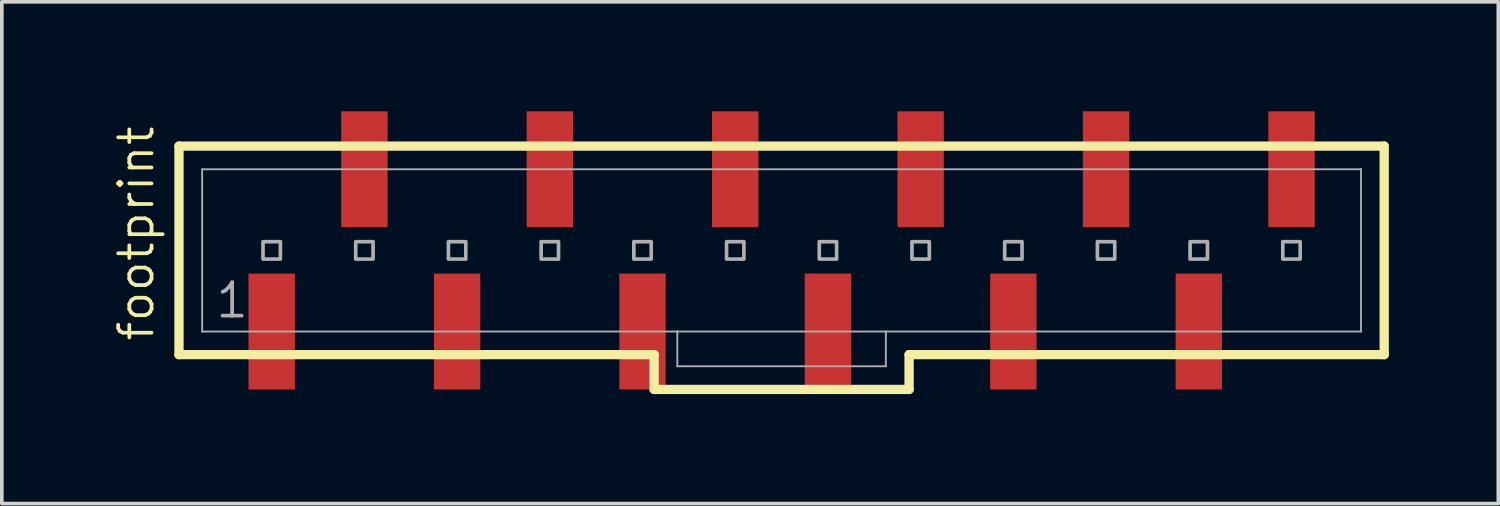
<source format=kicad_pcb>
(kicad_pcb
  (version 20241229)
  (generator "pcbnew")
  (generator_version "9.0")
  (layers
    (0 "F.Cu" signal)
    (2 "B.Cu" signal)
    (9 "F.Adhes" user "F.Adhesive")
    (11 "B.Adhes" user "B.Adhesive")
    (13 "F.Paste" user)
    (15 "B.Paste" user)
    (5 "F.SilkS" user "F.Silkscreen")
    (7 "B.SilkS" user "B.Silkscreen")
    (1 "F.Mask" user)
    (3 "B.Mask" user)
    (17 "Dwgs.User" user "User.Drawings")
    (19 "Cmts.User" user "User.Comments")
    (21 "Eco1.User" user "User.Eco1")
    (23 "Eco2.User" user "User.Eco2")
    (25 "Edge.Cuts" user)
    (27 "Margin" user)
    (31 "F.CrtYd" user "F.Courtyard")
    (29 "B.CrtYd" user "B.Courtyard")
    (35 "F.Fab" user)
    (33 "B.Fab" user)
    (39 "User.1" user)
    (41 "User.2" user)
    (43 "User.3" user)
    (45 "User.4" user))
  (footprint "footprint"
    (layer "F.Cu")
    (at 18.364 3.81)
    (property "Reference" "footprint" (at -17.145 2.54 90) (layer "F.SilkS") (effects (font (size 0.914 0.914) (thickness 0.102)) (justify left bottom)))
    (fp_line (start -16.51 -2.857) (end -16.51 2.857) (stroke (width 0.254) (type solid)) (layer "F.SilkS"))
    (fp_line (start -16.51 2.857) (end -3.493 2.857) (stroke (width 0.254) (type solid)) (layer "F.SilkS"))
    (fp_line (start -3.493 2.857) (end -3.493 3.81) (stroke (width 0.254) (type solid)) (layer "F.SilkS"))
    (fp_line (start -3.493 3.81) (end 3.493 3.81) (stroke (width 0.254) (type solid)) (layer "F.SilkS"))
    (fp_line (start 3.493 2.857) (end 16.51 2.857) (stroke (width 0.254) (type solid)) (layer "F.SilkS"))
    (fp_line (start 3.493 3.81) (end 3.493 2.857) (stroke (width 0.254) (type solid)) (layer "F.SilkS"))
    (fp_line (start 16.51 -2.857) (end -16.51 -2.857) (stroke (width 0.254) (type solid)) (layer "F.SilkS"))
    (fp_line (start 16.51 2.857) (end 16.51 -2.857) (stroke (width 0.254) (type solid)) (layer "F.SilkS"))
    (fp_line (start -15.875 -2.223) (end -15.875 2.223) (stroke (width 0.051) (type solid)) (layer "F.Fab"))
    (fp_line (start -15.875 -2.223) (end 15.875 -2.223) (stroke (width 0.051) (type solid)) (layer "F.Fab"))
    (fp_line (start -15.875 2.223) (end -2.857 2.223) (stroke (width 0.051) (type solid)) (layer "F.Fab"))
    (fp_line (start -2.857 2.223) (end -2.857 3.175) (stroke (width 0.051) (type solid)) (layer "F.Fab"))
    (fp_line (start -2.857 2.223) (end 2.857 2.223) (stroke (width 0.051) (type solid)) (layer "F.Fab"))
    (fp_line (start 2.857 2.223) (end 2.857 3.175) (stroke (width 0.051) (type solid)) (layer "F.Fab"))
    (fp_line (start 2.857 2.223) (end 15.875 2.223) (stroke (width 0.051) (type solid)) (layer "F.Fab"))
    (fp_line (start 2.857 3.175) (end -2.857 3.175) (stroke (width 0.051) (type solid)) (layer "F.Fab"))
    (fp_line (start 15.875 -2.223) (end 15.875 2.223) (stroke (width 0.051) (type solid)) (layer "F.Fab"))
    (fp_poly (pts (xy -14.208 0.238) (xy -13.732 0.238) (xy -13.732 -0.238) (xy -14.208 -0.238)) (stroke (width 0.1) (type solid)) (fill no) (layer "F.Fab"))
    (fp_poly (pts (xy -11.668 0.238) (xy -11.192 0.238) (xy -11.192 -0.238) (xy -11.668 -0.238)) (stroke (width 0.1) (type solid)) (fill no) (layer "F.Fab"))
    (fp_poly (pts (xy -9.128 0.238) (xy -8.652 0.238) (xy -8.652 -0.238) (xy -9.128 -0.238)) (stroke (width 0.1) (type solid)) (fill no) (layer "F.Fab"))
    (fp_poly (pts (xy -6.588 0.238) (xy -6.112 0.238) (xy -6.112 -0.238) (xy -6.588 -0.238)) (stroke (width 0.1) (type solid)) (fill no) (layer "F.Fab"))
    (fp_poly (pts (xy -4.048 0.238) (xy -3.572 0.238) (xy -3.572 -0.238) (xy -4.048 -0.238)) (stroke (width 0.1) (type solid)) (fill no) (layer "F.Fab"))
    (fp_poly (pts (xy -1.508 0.238) (xy -1.032 0.238) (xy -1.032 -0.238) (xy -1.508 -0.238)) (stroke (width 0.1) (type solid)) (fill no) (layer "F.Fab"))
    (fp_poly (pts (xy 1.032 0.238) (xy 1.508 0.238) (xy 1.508 -0.238) (xy 1.032 -0.238)) (stroke (width 0.1) (type solid)) (fill no) (layer "F.Fab"))
    (fp_poly (pts (xy 3.572 0.238) (xy 4.048 0.238) (xy 4.048 -0.238) (xy 3.572 -0.238)) (stroke (width 0.1) (type solid)) (fill no) (layer "F.Fab"))
    (fp_poly (pts (xy 6.112 0.238) (xy 6.588 0.238) (xy 6.588 -0.238) (xy 6.112 -0.238)) (stroke (width 0.1) (type solid)) (fill no) (layer "F.Fab"))
    (fp_poly (pts (xy 8.652 0.238) (xy 9.128 0.238) (xy 9.128 -0.238) (xy 8.652 -0.238)) (stroke (width 0.1) (type solid)) (fill no) (layer "F.Fab"))
    (fp_poly (pts (xy 11.192 0.238) (xy 11.668 0.238) (xy 11.668 -0.238) (xy 11.192 -0.238)) (stroke (width 0.1) (type solid)) (fill no) (layer "F.Fab"))
    (fp_poly (pts (xy 13.732 0.238) (xy 14.208 0.238) (xy 14.208 -0.238) (xy 13.732 -0.238)) (stroke (width 0.1) (type solid)) (fill no) (layer "F.Fab"))
    (fp_text user "1" (at -15.557 1.905 0) (layer "F.Fab") (effects (font (size 0.914 0.914) (thickness 0.102)) (justify left bottom)))
    (pad "1" smd rect (at -13.97 2.223 270) (size 3.175 1.27) (layers "F.Cu" "F.Mask" "F.Paste"))
    (pad "2" smd rect (at -11.43 -2.223 270) (size 3.175 1.27) (layers "F.Cu" "F.Mask" "F.Paste"))
    (pad "3" smd rect (at -8.89 2.223 270) (size 3.175 1.27) (layers "F.Cu" "F.Mask" "F.Paste"))
    (pad "4" smd rect (at -6.35 -2.223 270) (size 3.175 1.27) (layers "F.Cu" "F.Mask" "F.Paste"))
    (pad "5" smd rect (at -3.81 2.223 270) (size 3.175 1.27) (layers "F.Cu" "F.Mask" "F.Paste"))
    (pad "6" smd rect (at -1.27 -2.223 270) (size 3.175 1.27) (layers "F.Cu" "F.Mask" "F.Paste"))
    (pad "7" smd rect (at 1.27 2.223 270) (size 3.175 1.27) (layers "F.Cu" "F.Mask" "F.Paste"))
    (pad "8" smd rect (at 3.81 -2.223 270) (size 3.175 1.27) (layers "F.Cu" "F.Mask" "F.Paste"))
    (pad "9" smd rect (at 6.35 2.223 270) (size 3.175 1.27) (layers "F.Cu" "F.Mask" "F.Paste"))
    (pad "10" smd rect (at 8.89 -2.223 270) (size 3.175 1.27) (layers "F.Cu" "F.Mask" "F.Paste"))
    (pad "11" smd rect (at 11.43 2.223 270) (size 3.175 1.27) (layers "F.Cu" "F.Mask" "F.Paste"))
    (pad "12" smd rect (at 13.97 -2.223 270) (size 3.175 1.27) (layers "F.Cu" "F.Mask" "F.Paste")))
  (gr_rect
    (start -3 -3)
    (end 38.001 10.747)
    (stroke (width 0.1) (type default))
    (fill no)
    (layer "Edge.Cuts")))
</source>
